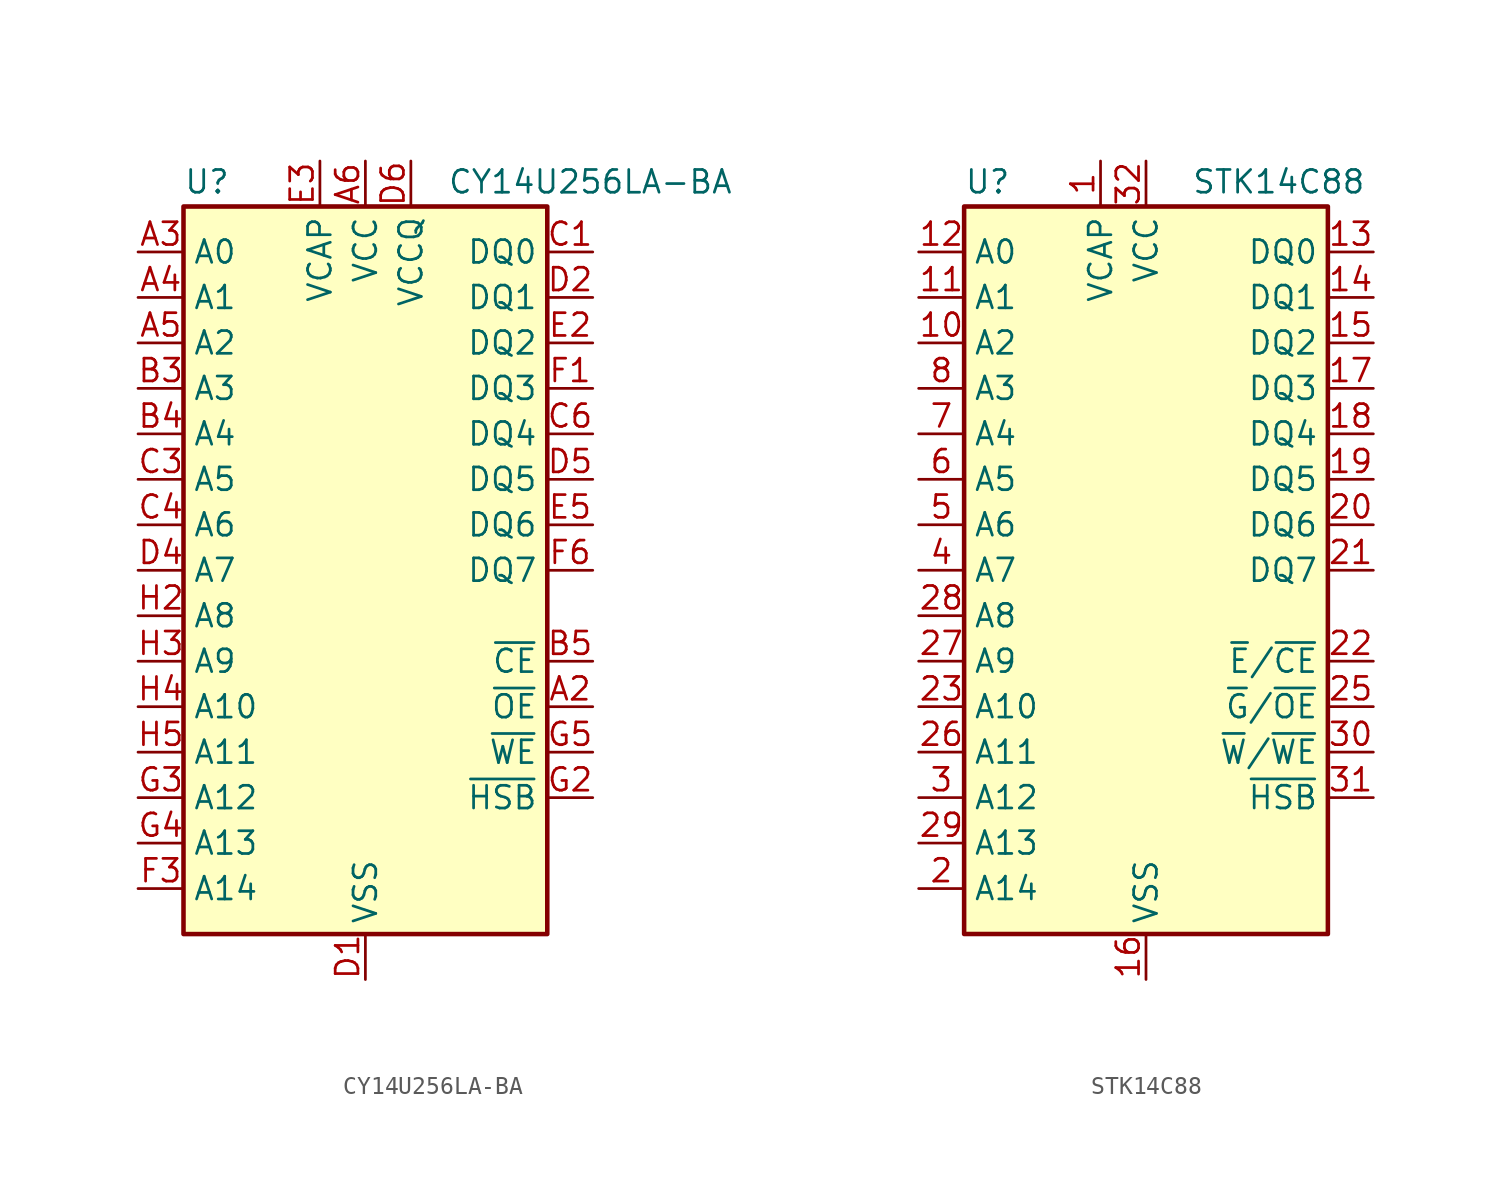
<source format=kicad_sym>
(kicad_symbol_lib
  (version 20231120)
  (generator "kicad_symbol_editor")
  (generator_version "8.0")
  (symbol "CY14U256LA-BA"
    (property "Reference" "U"
      (at -10.16 20.955 0)
      (effects (font (size 1.27 1.27)) (justify left bottom)))
    (property "Value" "CY14U256LA-BA"
      (at 4.572 20.955 0)
      (effects (font (size 1.27 1.27)) (justify left bottom)))
    (symbol "CY14U256LA-BA_0_0"
      (pin power_in line (at 0 22.86 270) (length 2.54) (name "VCC" (effects (font (size 1.27 1.27)))) (number "A6" (effects (font (size 1.27 1.27)))))
      (pin passive line (at 0 22.86 270) (length 2.54) hide (name "VCC" (effects (font (size 1.27 1.27)))) (number "C2" (effects (font (size 1.27 1.27)))))
      (pin power_in line (at 0 -22.86 90) (length 2.54) (name "VSS" (effects (font (size 1.27 1.27)))) (number "D1" (effects (font (size 1.27 1.27)))))
      (pin passive line (at 0 -22.86 90) (length 2.54) hide (name "VSS" (effects (font (size 1.27 1.27)))) (number "E4" (effects (font (size 1.27 1.27))))))
    (symbol "CY14U256LA-BA_0_1"
      (rectangle (start -10.16 20.32) (end 10.16 -20.32) (stroke (width 0.254) (type default)) (fill (type background))))
    (symbol "CY14U256LA-BA_1_1"
      (pin no_connect line (at 10.16 -15.24 180) (length 2.54) hide (name "NC" (effects (font (size 1.27 1.27)))) (number "A1" (effects (font (size 1.27 1.27)))))
      (pin input line (at 12.7 -7.62 180) (length 2.54) (name "~{OE}" (effects (font (size 1.27 1.27)))) (number "A2" (effects (font (size 1.27 1.27)))))
      (pin input line (at -12.7 17.78 0) (length 2.54) (name "A0" (effects (font (size 1.27 1.27)))) (number "A3" (effects (font (size 1.27 1.27)))))
      (pin input line (at -12.7 15.24 0) (length 2.54) (name "A1" (effects (font (size 1.27 1.27)))) (number "A4" (effects (font (size 1.27 1.27)))))
      (pin input line (at -12.7 12.7 0) (length 2.54) (name "A2" (effects (font (size 1.27 1.27)))) (number "A5" (effects (font (size 1.27 1.27)))))
      (pin no_connect line (at 10.16 -17.78 180) (length 2.54) hide (name "NC" (effects (font (size 1.27 1.27)))) (number "B1" (effects (font (size 1.27 1.27)))))
      (pin no_connect line (at -7.62 -20.32 90) (length 2.54) hide (name "NC" (effects (font (size 1.27 1.27)))) (number "B2" (effects (font (size 1.27 1.27)))))
      (pin input line (at -12.7 10.16 0) (length 2.54) (name "A3" (effects (font (size 1.27 1.27)))) (number "B3" (effects (font (size 1.27 1.27)))))
      (pin input line (at -12.7 7.62 0) (length 2.54) (name "A4" (effects (font (size 1.27 1.27)))) (number "B4" (effects (font (size 1.27 1.27)))))
      (pin input line (at 12.7 -5.08 180) (length 2.54) (name "~{CE}" (effects (font (size 1.27 1.27)))) (number "B5" (effects (font (size 1.27 1.27)))))
      (pin no_connect line (at -5.08 -20.32 90) (length 2.54) hide (name "NC" (effects (font (size 1.27 1.27)))) (number "B6" (effects (font (size 1.27 1.27)))))
      (pin tri_state line (at 12.7 17.78 180) (length 2.54) (name "DQ0" (effects (font (size 1.27 1.27)))) (number "C1" (effects (font (size 1.27 1.27)))))
      (pin input line (at -12.7 5.08 0) (length 2.54) (name "A5" (effects (font (size 1.27 1.27)))) (number "C3" (effects (font (size 1.27 1.27)))))
      (pin input line (at -12.7 2.54 0) (length 2.54) (name "A6" (effects (font (size 1.27 1.27)))) (number "C4" (effects (font (size 1.27 1.27)))))
      (pin no_connect line (at -2.54 -20.32 90) (length 2.54) hide (name "NC" (effects (font (size 1.27 1.27)))) (number "C5" (effects (font (size 1.27 1.27)))))
      (pin tri_state line (at 12.7 7.62 180) (length 2.54) (name "DQ4" (effects (font (size 1.27 1.27)))) (number "C6" (effects (font (size 1.27 1.27)))))
      (pin tri_state line (at 12.7 15.24 180) (length 2.54) (name "DQ1" (effects (font (size 1.27 1.27)))) (number "D2" (effects (font (size 1.27 1.27)))))
      (pin no_connect line (at 2.54 -20.32 90) (length 2.54) hide (name "NC" (effects (font (size 1.27 1.27)))) (number "D3" (effects (font (size 1.27 1.27)))))
      (pin input line (at -12.7 0 0) (length 2.54) (name "A7" (effects (font (size 1.27 1.27)))) (number "D4" (effects (font (size 1.27 1.27)))))
      (pin tri_state line (at 12.7 5.08 180) (length 2.54) (name "DQ5" (effects (font (size 1.27 1.27)))) (number "D5" (effects (font (size 1.27 1.27)))))
      (pin power_in line (at 2.54 22.86 270) (length 2.54) (name "VCCQ" (effects (font (size 1.27 1.27)))) (number "D6" (effects (font (size 1.27 1.27)))))
      (pin passive line (at 2.54 22.86 270) (length 2.54) hide (name "VCCQ" (effects (font (size 1.27 1.27)))) (number "E1" (effects (font (size 1.27 1.27)))))
      (pin tri_state line (at 12.7 12.7 180) (length 2.54) (name "DQ2" (effects (font (size 1.27 1.27)))) (number "E2" (effects (font (size 1.27 1.27)))))
      (pin power_in line (at -2.54 22.86 270) (length 2.54) (name "VCAP" (effects (font (size 1.27 1.27)))) (number "E3" (effects (font (size 1.27 1.27)))))
      (pin tri_state line (at 12.7 2.54 180) (length 2.54) (name "DQ6" (effects (font (size 1.27 1.27)))) (number "E5" (effects (font (size 1.27 1.27)))))
      (pin passive line (at 0 -22.86 90) (length 2.54) hide (name "VSS" (effects (font (size 1.27 1.27)))) (number "E6" (effects (font (size 1.27 1.27)))))
      (pin tri_state line (at 12.7 10.16 180) (length 2.54) (name "DQ3" (effects (font (size 1.27 1.27)))) (number "F1" (effects (font (size 1.27 1.27)))))
      (pin no_connect line (at 5.08 -20.32 90) (length 2.54) hide (name "NC" (effects (font (size 1.27 1.27)))) (number "F2" (effects (font (size 1.27 1.27)))))
      (pin input line (at -12.7 -17.78 0) (length 2.54) (name "A14" (effects (font (size 1.27 1.27)))) (number "F3" (effects (font (size 1.27 1.27)))))
      (pin passive line (at 0 -22.86 90) (length 2.54) hide (name "VSS" (effects (font (size 1.27 1.27)))) (number "F4" (effects (font (size 1.27 1.27)))))
      (pin no_connect line (at 7.62 -20.32 90) (length 2.54) hide (name "NC" (effects (font (size 1.27 1.27)))) (number "F5" (effects (font (size 1.27 1.27)))))
      (pin tri_state line (at 12.7 0 180) (length 2.54) (name "DQ7" (effects (font (size 1.27 1.27)))) (number "F6" (effects (font (size 1.27 1.27)))))
      (pin no_connect line (at 10.16 -2.54 180) (length 2.54) hide (name "NC" (effects (font (size 1.27 1.27)))) (number "G1" (effects (font (size 1.27 1.27)))))
      (pin bidirectional line (at 12.7 -12.7 180) (length 2.54) (name "~{HSB}" (effects (font (size 1.27 1.27)))) (number "G2" (effects (font (size 1.27 1.27)))))
      (pin input line (at -12.7 -12.7 0) (length 2.54) (name "A12" (effects (font (size 1.27 1.27)))) (number "G3" (effects (font (size 1.27 1.27)))))
      (pin input line (at -12.7 -15.24 0) (length 2.54) (name "A13" (effects (font (size 1.27 1.27)))) (number "G4" (effects (font (size 1.27 1.27)))))
      (pin input line (at 12.7 -10.16 180) (length 2.54) (name "~{WE}" (effects (font (size 1.27 1.27)))) (number "G5" (effects (font (size 1.27 1.27)))))
      (pin no_connect line (at 7.62 20.32 270) (length 2.54) hide (name "NC" (effects (font (size 1.27 1.27)))) (number "G6" (effects (font (size 1.27 1.27)))))
      (pin no_connect line (at 5.08 20.32 270) (length 2.54) hide (name "NC" (effects (font (size 1.27 1.27)))) (number "H1" (effects (font (size 1.27 1.27)))))
      (pin input line (at -12.7 -2.54 0) (length 2.54) (name "A8" (effects (font (size 1.27 1.27)))) (number "H2" (effects (font (size 1.27 1.27)))))
      (pin input line (at -12.7 -5.08 0) (length 2.54) (name "A9" (effects (font (size 1.27 1.27)))) (number "H3" (effects (font (size 1.27 1.27)))))
      (pin input line (at -12.7 -7.62 0) (length 2.54) (name "A10" (effects (font (size 1.27 1.27)))) (number "H4" (effects (font (size 1.27 1.27)))))
      (pin input line (at -12.7 -10.16 0) (length 2.54) (name "A11" (effects (font (size 1.27 1.27)))) (number "H5" (effects (font (size 1.27 1.27)))))
      (pin no_connect line (at -5.08 20.32 270) (length 2.54) hide (name "NC" (effects (font (size 1.27 1.27)))) (number "H6" (effects (font (size 1.27 1.27)))))))
  (symbol "STK14C88"
    (property "Reference" "U"
      (at -10.16 20.955 0)
      (effects (font (size 1.27 1.27)) (justify left bottom)))
    (property "Value" "STK14C88"
      (at 2.54 20.955 0)
      (effects (font (size 1.27 1.27)) (justify left bottom)))
    (symbol "STK14C88_0_0"
      (pin power_in line (at 0 -22.86 90) (length 2.54) (name "VSS" (effects (font (size 1.27 1.27)))) (number "16" (effects (font (size 1.27 1.27)))))
      (pin power_in line (at 0 22.86 270) (length 2.54) (name "VCC" (effects (font (size 1.27 1.27)))) (number "32" (effects (font (size 1.27 1.27))))))
    (symbol "STK14C88_0_1"
      (rectangle (start -10.16 20.32) (end 10.16 -20.32) (stroke (width 0.254) (type default)) (fill (type background))))
    (symbol "STK14C88_1_1"
      (pin power_in line (at -2.54 22.86 270) (length 2.54) (name "VCAP" (effects (font (size 1.27 1.27)))) (number "1" (effects (font (size 1.27 1.27)))))
      (pin input line (at -12.7 12.7 0) (length 2.54) (name "A2" (effects (font (size 1.27 1.27)))) (number "10" (effects (font (size 1.27 1.27)))))
      (pin input line (at -12.7 15.24 0) (length 2.54) (name "A1" (effects (font (size 1.27 1.27)))) (number "11" (effects (font (size 1.27 1.27)))))
      (pin input line (at -12.7 17.78 0) (length 2.54) (name "A0" (effects (font (size 1.27 1.27)))) (number "12" (effects (font (size 1.27 1.27)))))
      (pin tri_state line (at 12.7 17.78 180) (length 2.54) (name "DQ0" (effects (font (size 1.27 1.27)))) (number "13" (effects (font (size 1.27 1.27)))))
      (pin tri_state line (at 12.7 15.24 180) (length 2.54) (name "DQ1" (effects (font (size 1.27 1.27)))) (number "14" (effects (font (size 1.27 1.27)))))
      (pin tri_state line (at 12.7 12.7 180) (length 2.54) (name "DQ2" (effects (font (size 1.27 1.27)))) (number "15" (effects (font (size 1.27 1.27)))))
      (pin tri_state line (at 12.7 10.16 180) (length 2.54) (name "DQ3" (effects (font (size 1.27 1.27)))) (number "17" (effects (font (size 1.27 1.27)))))
      (pin tri_state line (at 12.7 7.62 180) (length 2.54) (name "DQ4" (effects (font (size 1.27 1.27)))) (number "18" (effects (font (size 1.27 1.27)))))
      (pin tri_state line (at 12.7 5.08 180) (length 2.54) (name "DQ5" (effects (font (size 1.27 1.27)))) (number "19" (effects (font (size 1.27 1.27)))))
      (pin input line (at -12.7 -17.78 0) (length 2.54) (name "A14" (effects (font (size 1.27 1.27)))) (number "2" (effects (font (size 1.27 1.27)))))
      (pin tri_state line (at 12.7 2.54 180) (length 2.54) (name "DQ6" (effects (font (size 1.27 1.27)))) (number "20" (effects (font (size 1.27 1.27)))))
      (pin tri_state line (at 12.7 0 180) (length 2.54) (name "DQ7" (effects (font (size 1.27 1.27)))) (number "21" (effects (font (size 1.27 1.27)))))
      (pin input line (at 12.7 -5.08 180) (length 2.54) (name "~{E}/~{CE}" (effects (font (size 1.27 1.27)))) (number "22" (effects (font (size 1.27 1.27)))))
      (pin input line (at -12.7 -7.62 0) (length 2.54) (name "A10" (effects (font (size 1.27 1.27)))) (number "23" (effects (font (size 1.27 1.27)))))
      (pin no_connect line (at 10.16 -17.78 180) (length 2.54) hide (name "NC" (effects (font (size 1.27 1.27)))) (number "24" (effects (font (size 1.27 1.27)))))
      (pin input line (at 12.7 -7.62 180) (length 2.54) (name "~{G}/~{OE}" (effects (font (size 1.27 1.27)))) (number "25" (effects (font (size 1.27 1.27)))))
      (pin input line (at -12.7 -10.16 0) (length 2.54) (name "A11" (effects (font (size 1.27 1.27)))) (number "26" (effects (font (size 1.27 1.27)))))
      (pin input line (at -12.7 -5.08 0) (length 2.54) (name "A9" (effects (font (size 1.27 1.27)))) (number "27" (effects (font (size 1.27 1.27)))))
      (pin input line (at -12.7 -2.54 0) (length 2.54) (name "A8" (effects (font (size 1.27 1.27)))) (number "28" (effects (font (size 1.27 1.27)))))
      (pin input line (at -12.7 -15.24 0) (length 2.54) (name "A13" (effects (font (size 1.27 1.27)))) (number "29" (effects (font (size 1.27 1.27)))))
      (pin input line (at -12.7 -12.7 0) (length 2.54) (name "A12" (effects (font (size 1.27 1.27)))) (number "3" (effects (font (size 1.27 1.27)))))
      (pin input line (at 12.7 -10.16 180) (length 2.54) (name "~{W}/~{WE}" (effects (font (size 1.27 1.27)))) (number "30" (effects (font (size 1.27 1.27)))))
      (pin bidirectional line (at 12.7 -12.7 180) (length 2.54) (name "~{HSB}" (effects (font (size 1.27 1.27)))) (number "31" (effects (font (size 1.27 1.27)))))
      (pin input line (at -12.7 0 0) (length 2.54) (name "A7" (effects (font (size 1.27 1.27)))) (number "4" (effects (font (size 1.27 1.27)))))
      (pin input line (at -12.7 2.54 0) (length 2.54) (name "A6" (effects (font (size 1.27 1.27)))) (number "5" (effects (font (size 1.27 1.27)))))
      (pin input line (at -12.7 5.08 0) (length 2.54) (name "A5" (effects (font (size 1.27 1.27)))) (number "6" (effects (font (size 1.27 1.27)))))
      (pin input line (at -12.7 7.62 0) (length 2.54) (name "A4" (effects (font (size 1.27 1.27)))) (number "7" (effects (font (size 1.27 1.27)))))
      (pin input line (at -12.7 10.16 0) (length 2.54) (name "A3" (effects (font (size 1.27 1.27)))) (number "8" (effects (font (size 1.27 1.27)))))
      (pin no_connect line (at 10.16 -15.24 180) (length 2.54) hide (name "NC" (effects (font (size 1.27 1.27)))) (number "9" (effects (font (size 1.27 1.27))))))))
</source>
